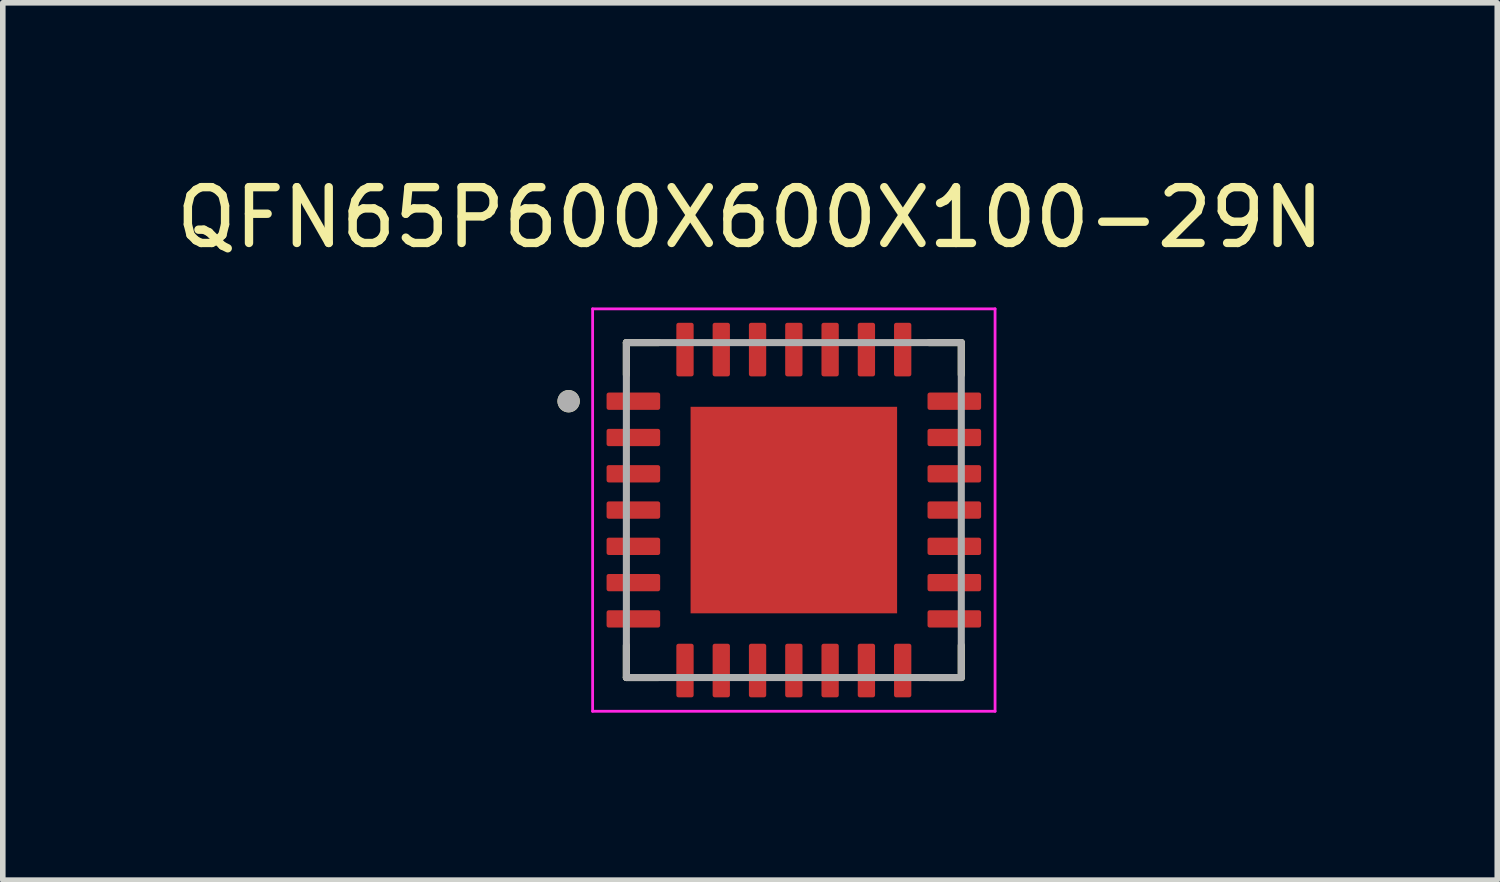
<source format=kicad_pcb>
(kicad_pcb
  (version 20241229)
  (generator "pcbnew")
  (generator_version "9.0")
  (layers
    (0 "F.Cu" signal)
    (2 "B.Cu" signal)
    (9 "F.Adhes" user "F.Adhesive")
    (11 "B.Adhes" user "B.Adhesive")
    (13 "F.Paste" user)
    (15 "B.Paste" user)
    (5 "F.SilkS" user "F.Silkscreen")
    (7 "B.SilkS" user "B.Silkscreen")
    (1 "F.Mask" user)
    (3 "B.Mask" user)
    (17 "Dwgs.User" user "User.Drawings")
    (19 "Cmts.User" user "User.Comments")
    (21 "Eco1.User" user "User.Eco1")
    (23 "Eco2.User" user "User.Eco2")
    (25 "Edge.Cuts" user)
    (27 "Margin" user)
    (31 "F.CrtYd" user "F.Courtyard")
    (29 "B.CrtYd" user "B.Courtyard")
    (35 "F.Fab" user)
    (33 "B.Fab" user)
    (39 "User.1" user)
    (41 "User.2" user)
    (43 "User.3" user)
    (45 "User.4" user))
  (footprint "QFN65P600X600X100-29N"
    (layer "F.Cu")
    (at 11.172 6.088)
    (property "Reference" "QFN65P600X600X100-29N" (at -0.785 -5.24 0) (layer "F.SilkS") (effects (font (size 1 1) (thickness 0.15))))
    (attr smd)
    (fp_line (start -3 -3) (end -3 -2.425) (stroke (width 0.127) (type solid)) (layer "F.SilkS"))
    (fp_line (start -3 -3) (end -2.425 -3) (stroke (width 0.127) (type solid)) (layer "F.SilkS"))
    (fp_line (start -3 3) (end -3 2.425) (stroke (width 0.127) (type solid)) (layer "F.SilkS"))
    (fp_line (start -3 3) (end -2.425 3) (stroke (width 0.127) (type solid)) (layer "F.SilkS"))
    (fp_line (start 3 -3) (end 2.425 -3) (stroke (width 0.127) (type solid)) (layer "F.SilkS"))
    (fp_line (start 3 -3) (end 3 -2.425) (stroke (width 0.127) (type solid)) (layer "F.SilkS"))
    (fp_line (start 3 3) (end 2.425 3) (stroke (width 0.127) (type solid)) (layer "F.SilkS"))
    (fp_line (start 3 3) (end 3 2.425) (stroke (width 0.127) (type solid)) (layer "F.SilkS"))
    (fp_circle (center -4.035 -1.95) (end -3.935 -1.95) (stroke (width 0.2) (type solid)) (fill no) (layer "F.SilkS"))
    (fp_poly (pts (xy -1.17 -1.17) (xy 1.17 -1.17) (xy 1.17 1.17) (xy -1.17 1.17)) (stroke (width 0.01) (type solid)) (fill yes) (layer "F.Paste"))
    (fp_line (start -3.605 -3.605) (end 3.605 -3.605) (stroke (width 0.05) (type solid)) (layer "F.CrtYd"))
    (fp_line (start -3.605 3.605) (end -3.605 -3.605) (stroke (width 0.05) (type solid)) (layer "F.CrtYd"))
    (fp_line (start -3.605 3.605) (end 3.605 3.605) (stroke (width 0.05) (type solid)) (layer "F.CrtYd"))
    (fp_line (start 3.605 3.605) (end 3.605 -3.605) (stroke (width 0.05) (type solid)) (layer "F.CrtYd"))
    (fp_line (start -3 3) (end -3 -3) (stroke (width 0.127) (type solid)) (layer "F.Fab"))
    (fp_line (start 3 -3) (end -3 -3) (stroke (width 0.127) (type solid)) (layer "F.Fab"))
    (fp_line (start 3 3) (end -3 3) (stroke (width 0.127) (type solid)) (layer "F.Fab"))
    (fp_line (start 3 3) (end 3 -3) (stroke (width 0.127) (type solid)) (layer "F.Fab"))
    (fp_circle (center -4.035 -1.95) (end -3.935 -1.95) (stroke (width 0.2) (type solid)) (fill no) (layer "F.Fab"))
    (pad "1" smd roundrect (at -2.875 -1.95) (size 0.96 0.31) (layers "F.Cu" "F.Mask" "F.Paste") (roundrect_rratio 0.125))
    (pad "2" smd roundrect (at -2.875 -1.3) (size 0.96 0.31) (layers "F.Cu" "F.Mask" "F.Paste") (roundrect_rratio 0.125))
    (pad "3" smd roundrect (at -2.875 -0.65) (size 0.96 0.31) (layers "F.Cu" "F.Mask" "F.Paste") (roundrect_rratio 0.125))
    (pad "4" smd roundrect (at -2.875 0) (size 0.96 0.31) (layers "F.Cu" "F.Mask" "F.Paste") (roundrect_rratio 0.125))
    (pad "5" smd roundrect (at -2.875 0.65) (size 0.96 0.31) (layers "F.Cu" "F.Mask" "F.Paste") (roundrect_rratio 0.125))
    (pad "6" smd roundrect (at -2.875 1.3) (size 0.96 0.31) (layers "F.Cu" "F.Mask" "F.Paste") (roundrect_rratio 0.125))
    (pad "7" smd roundrect (at -2.875 1.95) (size 0.96 0.31) (layers "F.Cu" "F.Mask" "F.Paste") (roundrect_rratio 0.125))
    (pad "8" smd roundrect (at -1.95 2.875) (size 0.31 0.96) (layers "F.Cu" "F.Mask" "F.Paste") (roundrect_rratio 0.125))
    (pad "9" smd roundrect (at -1.3 2.875) (size 0.31 0.96) (layers "F.Cu" "F.Mask" "F.Paste") (roundrect_rratio 0.125))
    (pad "10" smd roundrect (at -0.65 2.875) (size 0.31 0.96) (layers "F.Cu" "F.Mask" "F.Paste") (roundrect_rratio 0.125))
    (pad "11" smd roundrect (at 0 2.875) (size 0.31 0.96) (layers "F.Cu" "F.Mask" "F.Paste") (roundrect_rratio 0.125))
    (pad "12" smd roundrect (at 0.65 2.875) (size 0.31 0.96) (layers "F.Cu" "F.Mask" "F.Paste") (roundrect_rratio 0.125))
    (pad "13" smd roundrect (at 1.3 2.875) (size 0.31 0.96) (layers "F.Cu" "F.Mask" "F.Paste") (roundrect_rratio 0.125))
    (pad "14" smd roundrect (at 1.95 2.875) (size 0.31 0.96) (layers "F.Cu" "F.Mask" "F.Paste") (roundrect_rratio 0.125))
    (pad "15" smd roundrect (at 2.875 1.95) (size 0.96 0.31) (layers "F.Cu" "F.Mask" "F.Paste") (roundrect_rratio 0.125))
    (pad "16" smd roundrect (at 2.875 1.3) (size 0.96 0.31) (layers "F.Cu" "F.Mask" "F.Paste") (roundrect_rratio 0.125))
    (pad "17" smd roundrect (at 2.875 0.65) (size 0.96 0.31) (layers "F.Cu" "F.Mask" "F.Paste") (roundrect_rratio 0.125))
    (pad "18" smd roundrect (at 2.875 0) (size 0.96 0.31) (layers "F.Cu" "F.Mask" "F.Paste") (roundrect_rratio 0.125))
    (pad "19" smd roundrect (at 2.875 -0.65) (size 0.96 0.31) (layers "F.Cu" "F.Mask" "F.Paste") (roundrect_rratio 0.125))
    (pad "20" smd roundrect (at 2.875 -1.3) (size 0.96 0.31) (layers "F.Cu" "F.Mask" "F.Paste") (roundrect_rratio 0.125))
    (pad "21" smd roundrect (at 2.875 -1.95) (size 0.96 0.31) (layers "F.Cu" "F.Mask" "F.Paste") (roundrect_rratio 0.125))
    (pad "22" smd roundrect (at 1.95 -2.875) (size 0.31 0.96) (layers "F.Cu" "F.Mask" "F.Paste") (roundrect_rratio 0.125))
    (pad "23" smd roundrect (at 1.3 -2.875) (size 0.31 0.96) (layers "F.Cu" "F.Mask" "F.Paste") (roundrect_rratio 0.125))
    (pad "24" smd roundrect (at 0.65 -2.875) (size 0.31 0.96) (layers "F.Cu" "F.Mask" "F.Paste") (roundrect_rratio 0.125))
    (pad "25" smd roundrect (at 0 -2.875) (size 0.31 0.96) (layers "F.Cu" "F.Mask" "F.Paste") (roundrect_rratio 0.125))
    (pad "26" smd roundrect (at -0.65 -2.875) (size 0.31 0.96) (layers "F.Cu" "F.Mask" "F.Paste") (roundrect_rratio 0.125))
    (pad "27" smd roundrect (at -1.3 -2.875) (size 0.31 0.96) (layers "F.Cu" "F.Mask" "F.Paste") (roundrect_rratio 0.125))
    (pad "28" smd roundrect (at -1.95 -2.875) (size 0.31 0.96) (layers "F.Cu" "F.Mask" "F.Paste") (roundrect_rratio 0.125))
    (pad "29" smd rect (at 0 0) (size 3.7 3.7) (layers "F.Cu" "F.Mask")))
  (gr_rect
    (start -3 -3)
    (end 23.774 12.718)
    (stroke (width 0.1) (type default))
    (fill no)
    (layer "Edge.Cuts")))
</source>
